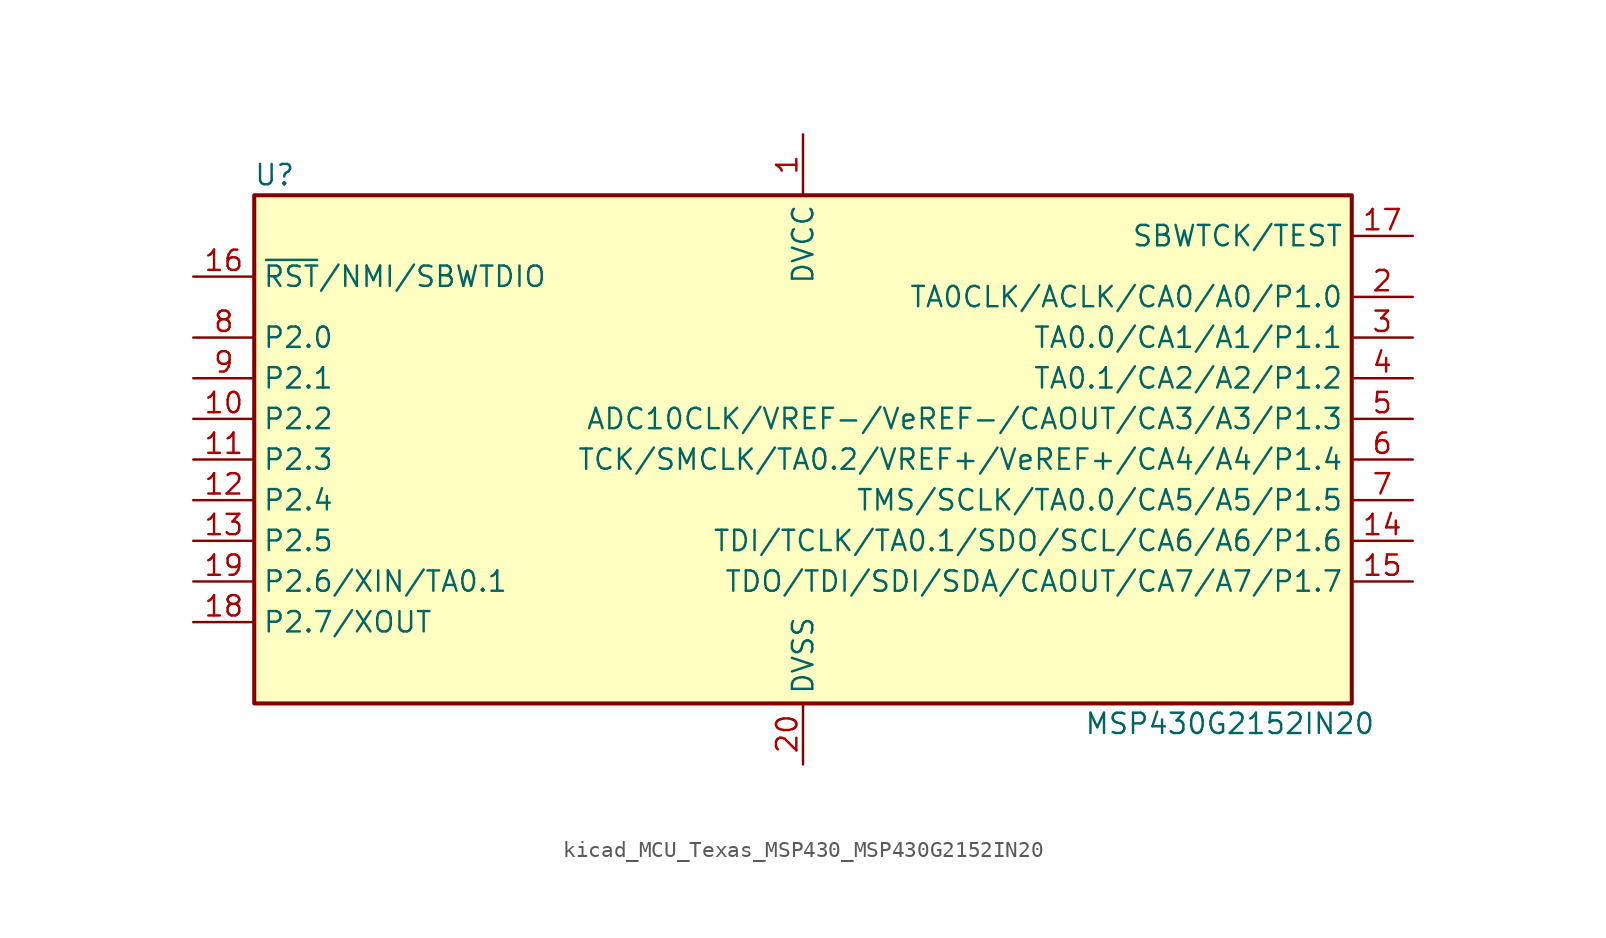
<source format=kicad_sym>
(kicad_symbol_lib
  (version 20220914)
  (generator kicad_symbol_editor)
  (symbol "kicad_MCU_Texas_MSP430_MSP430G2152IN20"
    (property "Reference" "U"
      (at -33.02 17.78 0)
      (effects (font (size 1.27 1.27))))
    (property "Value" "MSP430G2152IN20"
      (at 26.67 -16.51 0)
      (effects (font (size 1.27 1.27))))
    (symbol "kicad_MCU_Texas_MSP430_MSP430G2152IN20_0_1"
      (rectangle (start -34.29 16.51) (end 34.29 -15.24) (stroke (width 0.254) (type default)) (fill (type background))))
    (symbol "kicad_MCU_Texas_MSP430_MSP430G2152IN20_1_1"
      (pin power_in line (at 0 20.32 270) (length 3.81) (name "DVCC" (effects (font (size 1.27 1.27)))) (number "1" (effects (font (size 1.27 1.27)))))
      (pin bidirectional line (at -38.1 2.54 0) (length 3.81) (name "P2.2" (effects (font (size 1.27 1.27)))) (number "10" (effects (font (size 1.27 1.27)))))
      (pin bidirectional line (at -38.1 0 0) (length 3.81) (name "P2.3" (effects (font (size 1.27 1.27)))) (number "11" (effects (font (size 1.27 1.27)))))
      (pin bidirectional line (at -38.1 -2.54 0) (length 3.81) (name "P2.4" (effects (font (size 1.27 1.27)))) (number "12" (effects (font (size 1.27 1.27)))))
      (pin bidirectional line (at -38.1 -5.08 0) (length 3.81) (name "P2.5" (effects (font (size 1.27 1.27)))) (number "13" (effects (font (size 1.27 1.27)))))
      (pin bidirectional line (at 38.1 -5.08 180) (length 3.81) (name "TDI/TCLK/TA0.1/SDO/SCL/CA6/A6/P1.6" (effects (font (size 1.27 1.27)))) (number "14" (effects (font (size 1.27 1.27)))))
      (pin bidirectional line (at 38.1 -7.62 180) (length 3.81) (name "TDO/TDI/SDI/SDA/CAOUT/CA7/A7/P1.7" (effects (font (size 1.27 1.27)))) (number "15" (effects (font (size 1.27 1.27)))))
      (pin input line (at -38.1 11.43 0) (length 3.81) (name "~{RST}/NMI/SBWTDIO" (effects (font (size 1.27 1.27)))) (number "16" (effects (font (size 1.27 1.27)))))
      (pin input line (at 38.1 13.97 180) (length 3.81) (name "SBWTCK/TEST" (effects (font (size 1.27 1.27)))) (number "17" (effects (font (size 1.27 1.27)))))
      (pin bidirectional line (at -38.1 -10.16 0) (length 3.81) (name "P2.7/XOUT" (effects (font (size 1.27 1.27)))) (number "18" (effects (font (size 1.27 1.27)))))
      (pin bidirectional line (at -38.1 -7.62 0) (length 3.81) (name "P2.6/XIN/TA0.1" (effects (font (size 1.27 1.27)))) (number "19" (effects (font (size 1.27 1.27)))))
      (pin bidirectional line (at 38.1 10.16 180) (length 3.81) (name "TA0CLK/ACLK/CA0/A0/P1.0" (effects (font (size 1.27 1.27)))) (number "2" (effects (font (size 1.27 1.27)))))
      (pin power_in line (at 0 -19.05 90) (length 3.81) (name "DVSS" (effects (font (size 1.27 1.27)))) (number "20" (effects (font (size 1.27 1.27)))))
      (pin bidirectional line (at 38.1 7.62 180) (length 3.81) (name "TA0.0/CA1/A1/P1.1" (effects (font (size 1.27 1.27)))) (number "3" (effects (font (size 1.27 1.27)))))
      (pin bidirectional line (at 38.1 5.08 180) (length 3.81) (name "TA0.1/CA2/A2/P1.2" (effects (font (size 1.27 1.27)))) (number "4" (effects (font (size 1.27 1.27)))))
      (pin bidirectional line (at 38.1 2.54 180) (length 3.81) (name "ADC10CLK/VREF-/VeREF-/CAOUT/CA3/A3/P1.3" (effects (font (size 1.27 1.27)))) (number "5" (effects (font (size 1.27 1.27)))))
      (pin bidirectional line (at 38.1 0 180) (length 3.81) (name "TCK/SMCLK/TA0.2/VREF+/VeREF+/CA4/A4/P1.4" (effects (font (size 1.27 1.27)))) (number "6" (effects (font (size 1.27 1.27)))))
      (pin bidirectional line (at 38.1 -2.54 180) (length 3.81) (name "TMS/SCLK/TA0.0/CA5/A5/P1.5" (effects (font (size 1.27 1.27)))) (number "7" (effects (font (size 1.27 1.27)))))
      (pin bidirectional line (at -38.1 7.62 0) (length 3.81) (name "P2.0" (effects (font (size 1.27 1.27)))) (number "8" (effects (font (size 1.27 1.27)))))
      (pin bidirectional line (at -38.1 5.08 0) (length 3.81) (name "P2.1" (effects (font (size 1.27 1.27)))) (number "9" (effects (font (size 1.27 1.27))))))))
</source>
